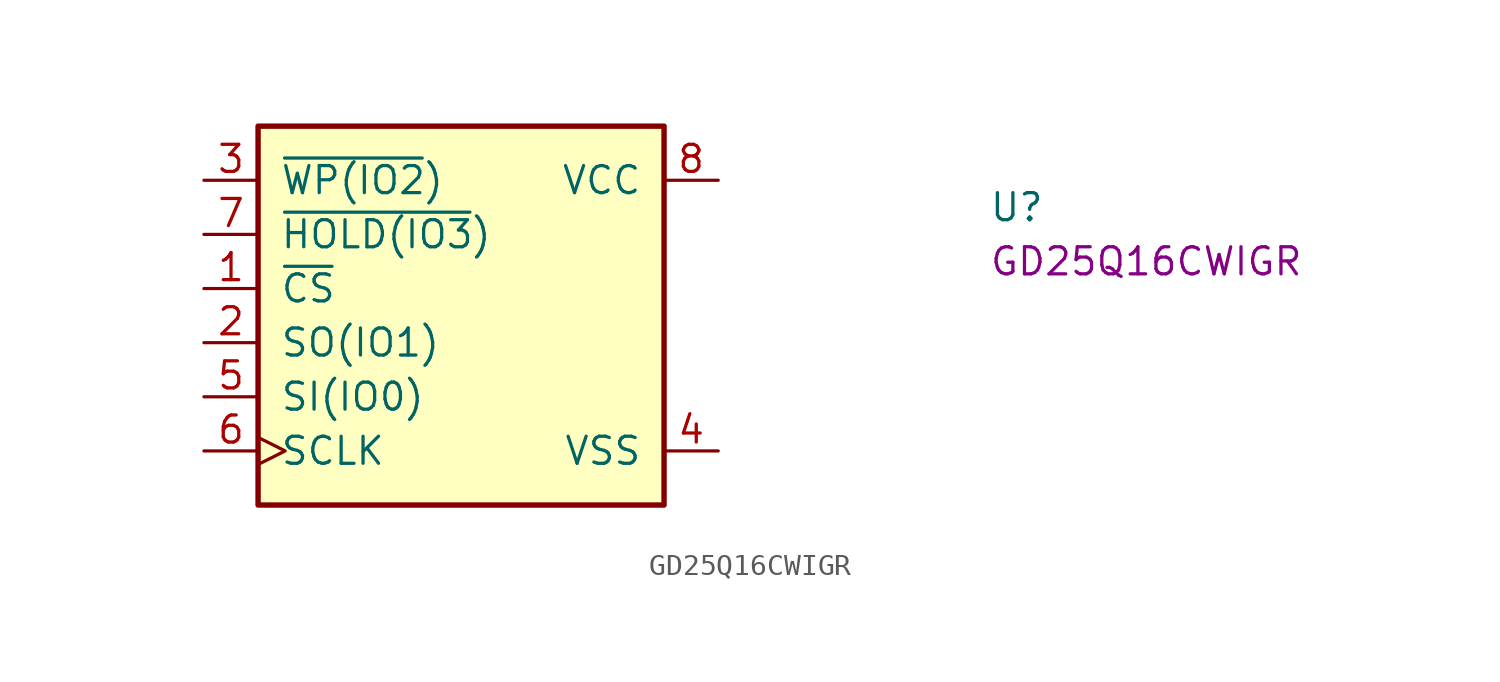
<source format=kicad_sym>
(kicad_symbol_lib
  (version 20220914)
  (generator kicad_symbol_editor)
  (symbol "GD25Q16CWIGR"
    (pin_names
      (offset 1.016))
    (property "Reference" "U"
      (at 36.83 -1.27 0)
      (effects (font (size 1.27 1.27)) (justify left)))
    (property "MPN" "GD25Q16CWIGR"
      (at 36.83 -3.81 0)
      (effects (font (size 1.27 1.27)) (justify left)))
    (symbol "GD25Q16CWIGR_1_1"
      (rectangle (start 2.54 2.54) (end 21.59 -15.24) (stroke (width 0.254) (type default)) (fill (type background)))
      (pin input line (at 0 -5.08 0) (length 2.54) (name "~{CS}" (effects (font (size 1.27 1.27)))) (number "1" (effects (font (size 1.27 1.27)))))
      (pin output line (at 0 -7.62 0) (length 2.54) (name "SO(IO1)" (effects (font (size 1.27 1.27)))) (number "2" (effects (font (size 1.27 1.27)))))
      (pin input line (at 0 0 0) (length 2.54) (name "~{WP(IO2})" (effects (font (size 1.27 1.27)))) (number "3" (effects (font (size 1.27 1.27)))))
      (pin power_in line (at 24.13 -12.7 180) (length 2.54) (name "VSS" (effects (font (size 1.27 1.27)))) (number "4" (effects (font (size 1.27 1.27)))))
      (pin input line (at 0 -10.16 0) (length 2.54) (name "SI(IO0)" (effects (font (size 1.27 1.27)))) (number "5" (effects (font (size 1.27 1.27)))))
      (pin input clock (at 0 -12.7 0) (length 2.54) (name "SCLK" (effects (font (size 1.27 1.27)))) (number "6" (effects (font (size 1.27 1.27)))))
      (pin input line (at 0 -2.54 0) (length 2.54) (name "~{HOLD(IO3})" (effects (font (size 1.27 1.27)))) (number "7" (effects (font (size 1.27 1.27)))))
      (pin power_in line (at 24.13 0 180) (length 2.54) (name "VCC" (effects (font (size 1.27 1.27)))) (number "8" (effects (font (size 1.27 1.27)))))
      (pin no_connect line (at 21.59 -2.54 180) (length 2.54) hide (name "NC" (effects (font (size 1.27 1.27)))) (number "9" (effects (font (size 1.27 1.27))))))))
</source>
